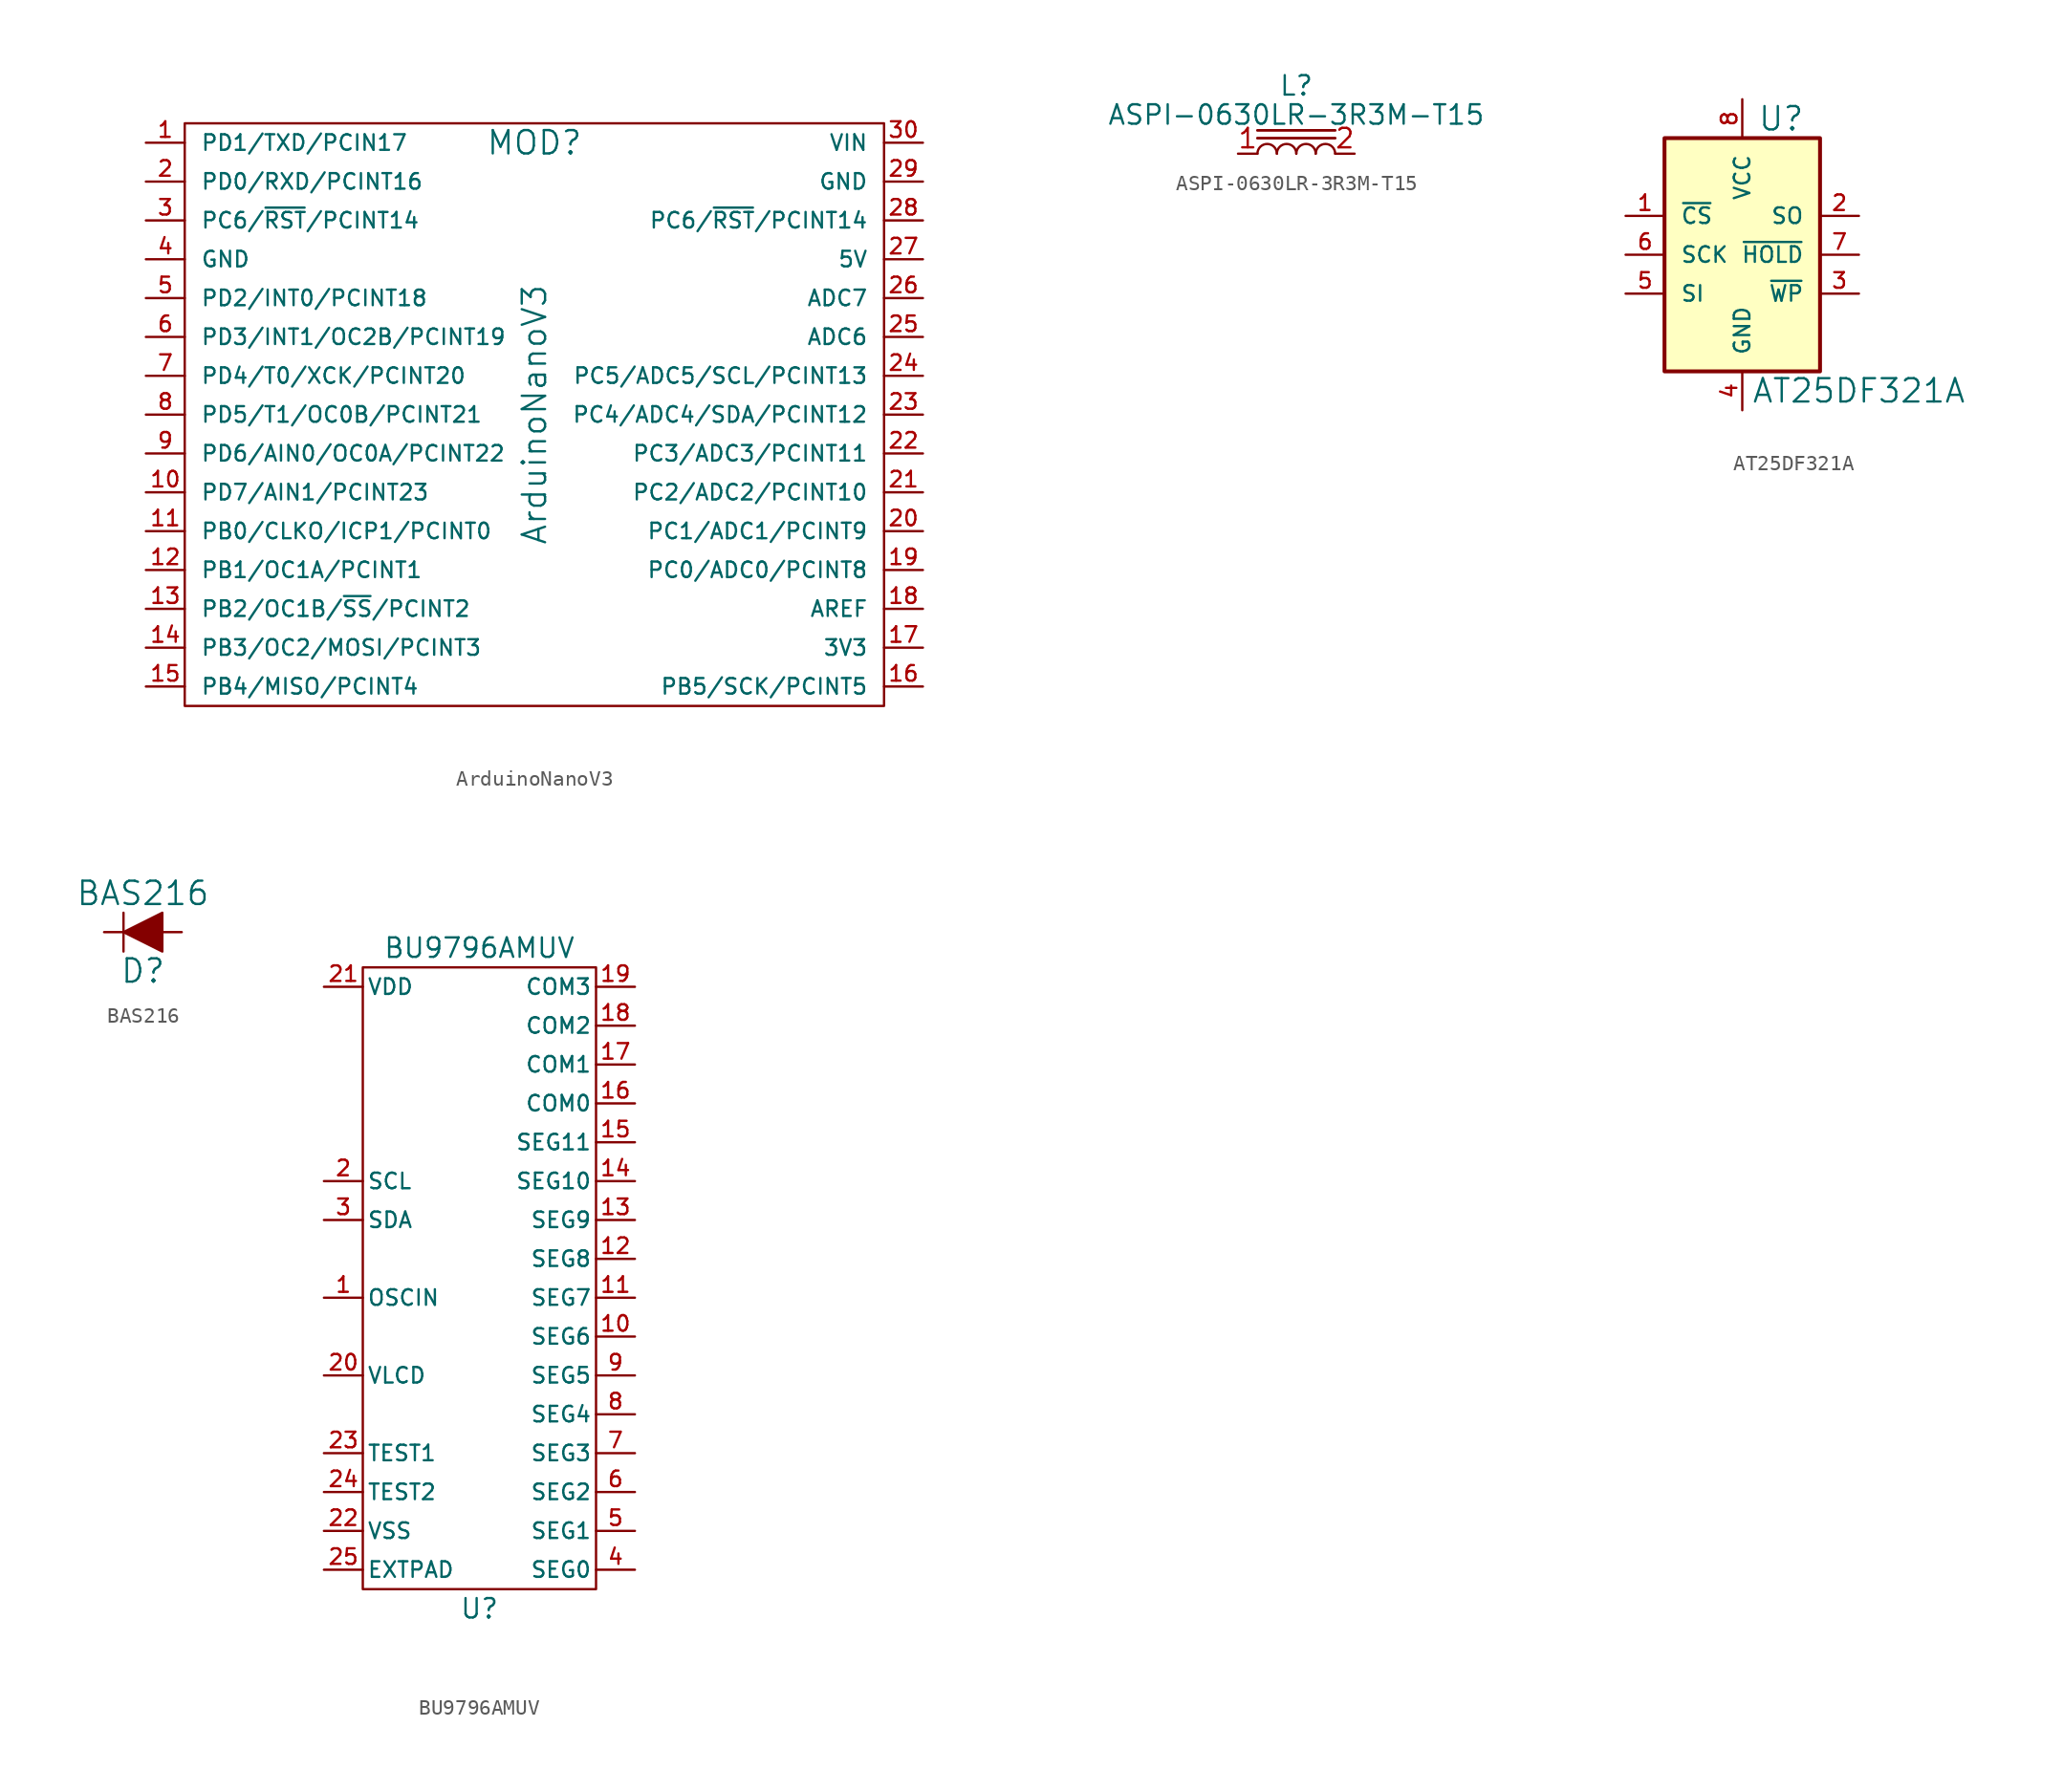
<source format=kicad_sym>
(kicad_symbol_lib
  (version 20211014)
  (generator kicad_symbol_editor)
  (symbol "ArduinoNanoV3"
    (pin_names
      (offset 1.016))
    (property "Reference" "MOD"
      (at 0 17.78 0)
      (effects (font (size 1.524 1.524))))
    (property "Value" "ArduinoNanoV3"
      (at 0 0 90)
      (effects (font (size 1.524 1.524))))
    (symbol "ArduinoNanoV3_0_1"
      (rectangle (start -22.86 19.05) (end 22.86 -19.05) (stroke (width 0) (type default) (color 0 0 0 0)) (fill (type none))))
    (symbol "ArduinoNanoV3_1_1"
      (pin bidirectional line (at -25.4 17.78 0) (length 2.54) (name "PD1/TXD/PCIN17" (effects (font (size 1.016 1.016)))) (number "1" (effects (font (size 1.016 1.016)))))
      (pin bidirectional line (at -25.4 -5.08 0) (length 2.54) (name "PD7/AIN1/PCINT23" (effects (font (size 1.016 1.016)))) (number "10" (effects (font (size 1.016 1.016)))))
      (pin bidirectional line (at -25.4 -7.62 0) (length 2.54) (name "PB0/CLKO/ICP1/PCINT0" (effects (font (size 1.016 1.016)))) (number "11" (effects (font (size 1.016 1.016)))))
      (pin bidirectional line (at -25.4 -10.16 0) (length 2.54) (name "PB1/OC1A/PCINT1" (effects (font (size 1.016 1.016)))) (number "12" (effects (font (size 1.016 1.016)))))
      (pin bidirectional line (at -25.4 -12.7 0) (length 2.54) (name "PB2/OC1B/~{SS}/PCINT2" (effects (font (size 1.016 1.016)))) (number "13" (effects (font (size 1.016 1.016)))))
      (pin bidirectional line (at -25.4 -15.24 0) (length 2.54) (name "PB3/OC2/MOSI/PCINT3" (effects (font (size 1.016 1.016)))) (number "14" (effects (font (size 1.016 1.016)))))
      (pin bidirectional line (at -25.4 -17.78 0) (length 2.54) (name "PB4/MISO/PCINT4" (effects (font (size 1.016 1.016)))) (number "15" (effects (font (size 1.016 1.016)))))
      (pin bidirectional line (at 25.4 -17.78 180) (length 2.54) (name "PB5/SCK/PCINT5" (effects (font (size 1.016 1.016)))) (number "16" (effects (font (size 1.016 1.016)))))
      (pin power_out line (at 25.4 -15.24 180) (length 2.54) (name "3V3" (effects (font (size 1.016 1.016)))) (number "17" (effects (font (size 1.016 1.016)))))
      (pin bidirectional line (at 25.4 -12.7 180) (length 2.54) (name "AREF" (effects (font (size 1.016 1.016)))) (number "18" (effects (font (size 1.016 1.016)))))
      (pin bidirectional line (at 25.4 -10.16 180) (length 2.54) (name "PC0/ADC0/PCINT8" (effects (font (size 1.016 1.016)))) (number "19" (effects (font (size 1.016 1.016)))))
      (pin bidirectional line (at -25.4 15.24 0) (length 2.54) (name "PD0/RXD/PCINT16" (effects (font (size 1.016 1.016)))) (number "2" (effects (font (size 1.016 1.016)))))
      (pin bidirectional line (at 25.4 -7.62 180) (length 2.54) (name "PC1/ADC1/PCINT9" (effects (font (size 1.016 1.016)))) (number "20" (effects (font (size 1.016 1.016)))))
      (pin bidirectional line (at 25.4 -5.08 180) (length 2.54) (name "PC2/ADC2/PCINT10" (effects (font (size 1.016 1.016)))) (number "21" (effects (font (size 1.016 1.016)))))
      (pin bidirectional line (at 25.4 -2.54 180) (length 2.54) (name "PC3/ADC3/PCINT11" (effects (font (size 1.016 1.016)))) (number "22" (effects (font (size 1.016 1.016)))))
      (pin bidirectional line (at 25.4 0 180) (length 2.54) (name "PC4/ADC4/SDA/PCINT12" (effects (font (size 1.016 1.016)))) (number "23" (effects (font (size 1.016 1.016)))))
      (pin bidirectional line (at 25.4 2.54 180) (length 2.54) (name "PC5/ADC5/SCL/PCINT13" (effects (font (size 1.016 1.016)))) (number "24" (effects (font (size 1.016 1.016)))))
      (pin input line (at 25.4 5.08 180) (length 2.54) (name "ADC6" (effects (font (size 1.016 1.016)))) (number "25" (effects (font (size 1.016 1.016)))))
      (pin input line (at 25.4 7.62 180) (length 2.54) (name "ADC7" (effects (font (size 1.016 1.016)))) (number "26" (effects (font (size 1.016 1.016)))))
      (pin power_out line (at 25.4 10.16 180) (length 2.54) (name "5V" (effects (font (size 1.016 1.016)))) (number "27" (effects (font (size 1.016 1.016)))))
      (pin bidirectional line (at 25.4 12.7 180) (length 2.54) (name "PC6/~{RST}/PCINT14" (effects (font (size 1.016 1.016)))) (number "28" (effects (font (size 1.016 1.016)))))
      (pin power_out line (at 25.4 15.24 180) (length 2.54) (name "GND" (effects (font (size 1.016 1.016)))) (number "29" (effects (font (size 1.016 1.016)))))
      (pin bidirectional line (at -25.4 12.7 0) (length 2.54) (name "PC6/~{RST}/PCINT14" (effects (font (size 1.016 1.016)))) (number "3" (effects (font (size 1.016 1.016)))))
      (pin power_in line (at 25.4 17.78 180) (length 2.54) (name "VIN" (effects (font (size 1.016 1.016)))) (number "30" (effects (font (size 1.016 1.016)))))
      (pin power_out line (at -25.4 10.16 0) (length 2.54) (name "GND" (effects (font (size 1.016 1.016)))) (number "4" (effects (font (size 1.016 1.016)))))
      (pin bidirectional line (at -25.4 7.62 0) (length 2.54) (name "PD2/INT0/PCINT18" (effects (font (size 1.016 1.016)))) (number "5" (effects (font (size 1.016 1.016)))))
      (pin bidirectional line (at -25.4 5.08 0) (length 2.54) (name "PD3/INT1/OC2B/PCINT19" (effects (font (size 1.016 1.016)))) (number "6" (effects (font (size 1.016 1.016)))))
      (pin bidirectional line (at -25.4 2.54 0) (length 2.54) (name "PD4/T0/XCK/PCINT20" (effects (font (size 1.016 1.016)))) (number "7" (effects (font (size 1.016 1.016)))))
      (pin bidirectional line (at -25.4 0 0) (length 2.54) (name "PD5/T1/OC0B/PCINT21" (effects (font (size 1.016 1.016)))) (number "8" (effects (font (size 1.016 1.016)))))
      (pin bidirectional line (at -25.4 -2.54 0) (length 2.54) (name "PD6/AIN0/OC0A/PCINT22" (effects (font (size 1.016 1.016)))) (number "9" (effects (font (size 1.016 1.016)))))))
  (symbol "ASPI-0630LR-3R3M-T15"
    (pin_names
      (offset 1.016) hide)
    (property "Reference" "L"
      (at 0 4.445 0)
      (effects (font (size 1.27 1.27))))
    (property "Value" "ASPI-0630LR-3R3M-T15"
      (at 0 2.54 0)
      (effects (font (size 1.27 1.27))))
    (symbol "ASPI-0630LR-3R3M-T15_0_1"
      (arc (start -1.27 0) (mid -1.905 0.635) (end -2.54 0) (stroke (width 0) (type default) (color 0 0 0 0)) (fill (type none)))
      (arc (start 0 0) (mid -0.635 0.635) (end -1.27 0) (stroke (width 0) (type default) (color 0 0 0 0)) (fill (type none)))
      (polyline (pts (xy -2.54 1.016) (xy 2.54 1.016)) (stroke (width 0.178) (type default) (color 0 0 0 0)) (fill (type none)))
      (polyline (pts (xy -2.54 1.524) (xy 2.54 1.524)) (stroke (width 0.178) (type default) (color 0 0 0 0)) (fill (type none)))
      (arc (start 1.27 0) (mid 0.635 0.635) (end 0 0) (stroke (width 0) (type default) (color 0 0 0 0)) (fill (type none)))
      (arc (start 2.54 0) (mid 1.905 0.635) (end 1.27 0) (stroke (width 0) (type default) (color 0 0 0 0)) (fill (type none))))
    (symbol "ASPI-0630LR-3R3M-T15_1_1"
      (pin passive line (at -3.81 0 0) (length 1.27) (name "1" (effects (font (size 1.27 1.27)))) (number "1" (effects (font (size 1.27 1.27)))))
      (pin passive line (at 3.81 0 180) (length 1.27) (name "2" (effects (font (size 1.27 1.27)))) (number "2" (effects (font (size 1.27 1.27)))))))
  (symbol "AT25DF321A"
    (pin_names
      (offset 1.016))
    (property "Reference" "U"
      (at 2.54 8.89 0)
      (effects (font (size 1.524 1.524))))
    (property "Value" "AT25DF321A"
      (at 7.62 -8.89 0)
      (effects (font (size 1.524 1.524))))
    (symbol "AT25DF321A_0_0"
      (rectangle (start -5.08 7.62) (end 5.08 -7.62) (stroke (width 0.254) (type default) (color 0 0 0 0)) (fill (type background))))
    (symbol "AT25DF321A_0_1"
      (pin input line (at -7.62 2.54 0) (length 2.54) (name "~{CS}" (effects (font (size 1.016 1.016)))) (number "1" (effects (font (size 1.016 1.016)))))
      (pin output line (at 7.62 2.54 180) (length 2.54) (name "SO" (effects (font (size 1.016 1.016)))) (number "2" (effects (font (size 1.016 1.016)))))
      (pin input line (at 7.62 -2.54 180) (length 2.54) (name "~{WP}" (effects (font (size 1.016 1.016)))) (number "3" (effects (font (size 1.016 1.016)))))
      (pin input line (at -7.62 -2.54 0) (length 2.54) (name "SI" (effects (font (size 1.016 1.016)))) (number "5" (effects (font (size 1.016 1.016)))))
      (pin input line (at -7.62 0 0) (length 2.54) (name "SCK" (effects (font (size 1.016 1.016)))) (number "6" (effects (font (size 1.016 1.016)))))
      (pin input line (at 7.62 0 180) (length 2.54) (name "~{HOLD}" (effects (font (size 1.016 1.016)))) (number "7" (effects (font (size 1.016 1.016)))))
      (pin power_in line (at 0 10.16 270) (length 2.54) (name "VCC" (effects (font (size 1.016 1.016)))) (number "8" (effects (font (size 1.016 1.016))))))
    (symbol "AT25DF321A_1_1"
      (pin power_in line (at 0 -10.16 90) (length 2.54) (name "GND" (effects (font (size 1.016 1.016)))) (number "4" (effects (font (size 1.016 1.016)))))))
  (symbol "BAS216"
    (pin_numbers hide)
    (pin_names
      (offset 0) hide)
    (property "Reference" "D"
      (at 0 -2.54 0)
      (effects (font (size 1.524 1.524))))
    (property "Value" "BAS216"
      (at 0 2.54 0)
      (effects (font (size 1.524 1.524))))
    (symbol "BAS216_0_0"
      (polyline (pts (xy -1.27 1.27) (xy -1.27 -1.27)) (stroke (width 0) (type default) (color 0 0 0 0)) (fill (type none)))
      (polyline (pts (xy -1.27 0) (xy 1.27 1.27) (xy 1.27 -1.27) (xy -1.27 0)) (stroke (width 0) (type default) (color 0 0 0 0)) (fill (type outline))))
    (symbol "BAS216_0_1"
      (pin passive line (at -2.54 0 0) (length 1.27) (name "k" (effects (font (size 1.27 1.27)))) (number "1" (effects (font (size 1.27 1.27)))))
      (pin passive line (at 2.54 0 180) (length 1.27) (name "a" (effects (font (size 1.27 1.27)))) (number "2" (effects (font (size 1.27 1.27)))))))
  (symbol "BU9796AMUV"
    (pin_names
      (offset 0.254))
    (property "Reference" "U"
      (at 0 -22.86 0)
      (effects (font (size 1.27 1.27))))
    (property "Value" "BU9796AMUV"
      (at 0 20.32 0)
      (effects (font (size 1.27 1.27))))
    (symbol "BU9796AMUV_0_1"
      (rectangle (start -7.62 19.05) (end 7.62 -21.59) (stroke (width 0) (type default) (color 0 0 0 0)) (fill (type none))))
    (symbol "BU9796AMUV_1_1"
      (pin input line (at -10.16 -2.54 0) (length 2.54) (name "OSCIN" (effects (font (size 1.016 1.016)))) (number "1" (effects (font (size 1.016 1.016)))))
      (pin output line (at 10.16 -5.08 180) (length 2.54) (name "SEG6" (effects (font (size 1.016 1.016)))) (number "10" (effects (font (size 1.016 1.016)))))
      (pin output line (at 10.16 -2.54 180) (length 2.54) (name "SEG7" (effects (font (size 1.016 1.016)))) (number "11" (effects (font (size 1.016 1.016)))))
      (pin output line (at 10.16 0 180) (length 2.54) (name "SEG8" (effects (font (size 1.016 1.016)))) (number "12" (effects (font (size 1.016 1.016)))))
      (pin output line (at 10.16 2.54 180) (length 2.54) (name "SEG9" (effects (font (size 1.016 1.016)))) (number "13" (effects (font (size 1.016 1.016)))))
      (pin output line (at 10.16 5.08 180) (length 2.54) (name "SEG10" (effects (font (size 1.016 1.016)))) (number "14" (effects (font (size 1.016 1.016)))))
      (pin output line (at 10.16 7.62 180) (length 2.54) (name "SEG11" (effects (font (size 1.016 1.016)))) (number "15" (effects (font (size 1.016 1.016)))))
      (pin output line (at 10.16 10.16 180) (length 2.54) (name "COM0" (effects (font (size 1.016 1.016)))) (number "16" (effects (font (size 1.016 1.016)))))
      (pin output line (at 10.16 12.7 180) (length 2.54) (name "COM1" (effects (font (size 1.016 1.016)))) (number "17" (effects (font (size 1.016 1.016)))))
      (pin output line (at 10.16 15.24 180) (length 2.54) (name "COM2" (effects (font (size 1.016 1.016)))) (number "18" (effects (font (size 1.016 1.016)))))
      (pin output line (at 10.16 17.78 180) (length 2.54) (name "COM3" (effects (font (size 1.016 1.016)))) (number "19" (effects (font (size 1.016 1.016)))))
      (pin input line (at -10.16 5.08 0) (length 2.54) (name "SCL" (effects (font (size 1.016 1.016)))) (number "2" (effects (font (size 1.016 1.016)))))
      (pin input line (at -10.16 -7.62 0) (length 2.54) (name "VLCD" (effects (font (size 1.016 1.016)))) (number "20" (effects (font (size 1.016 1.016)))))
      (pin power_in line (at -10.16 17.78 0) (length 2.54) (name "VDD" (effects (font (size 1.016 1.016)))) (number "21" (effects (font (size 1.016 1.016)))))
      (pin power_in line (at -10.16 -17.78 0) (length 2.54) (name "VSS" (effects (font (size 1.016 1.016)))) (number "22" (effects (font (size 1.016 1.016)))))
      (pin input line (at -10.16 -12.7 0) (length 2.54) (name "TEST1" (effects (font (size 1.016 1.016)))) (number "23" (effects (font (size 1.016 1.016)))))
      (pin input line (at -10.16 -15.24 0) (length 2.54) (name "TEST2" (effects (font (size 1.016 1.016)))) (number "24" (effects (font (size 1.016 1.016)))))
      (pin power_in line (at -10.16 -20.32 0) (length 2.54) (name "EXTPAD" (effects (font (size 1.016 1.016)))) (number "25" (effects (font (size 1.016 1.016)))))
      (pin bidirectional line (at -10.16 2.54 0) (length 2.54) (name "SDA" (effects (font (size 1.016 1.016)))) (number "3" (effects (font (size 1.016 1.016)))))
      (pin output line (at 10.16 -20.32 180) (length 2.54) (name "SEG0" (effects (font (size 1.016 1.016)))) (number "4" (effects (font (size 1.016 1.016)))))
      (pin output line (at 10.16 -17.78 180) (length 2.54) (name "SEG1" (effects (font (size 1.016 1.016)))) (number "5" (effects (font (size 1.016 1.016)))))
      (pin output line (at 10.16 -15.24 180) (length 2.54) (name "SEG2" (effects (font (size 1.016 1.016)))) (number "6" (effects (font (size 1.016 1.016)))))
      (pin output line (at 10.16 -12.7 180) (length 2.54) (name "SEG3" (effects (font (size 1.016 1.016)))) (number "7" (effects (font (size 1.016 1.016)))))
      (pin output line (at 10.16 -10.16 180) (length 2.54) (name "SEG4" (effects (font (size 1.016 1.016)))) (number "8" (effects (font (size 1.016 1.016)))))
      (pin output line (at 10.16 -7.62 180) (length 2.54) (name "SEG5" (effects (font (size 1.016 1.016)))) (number "9" (effects (font (size 1.016 1.016))))))))
</source>
